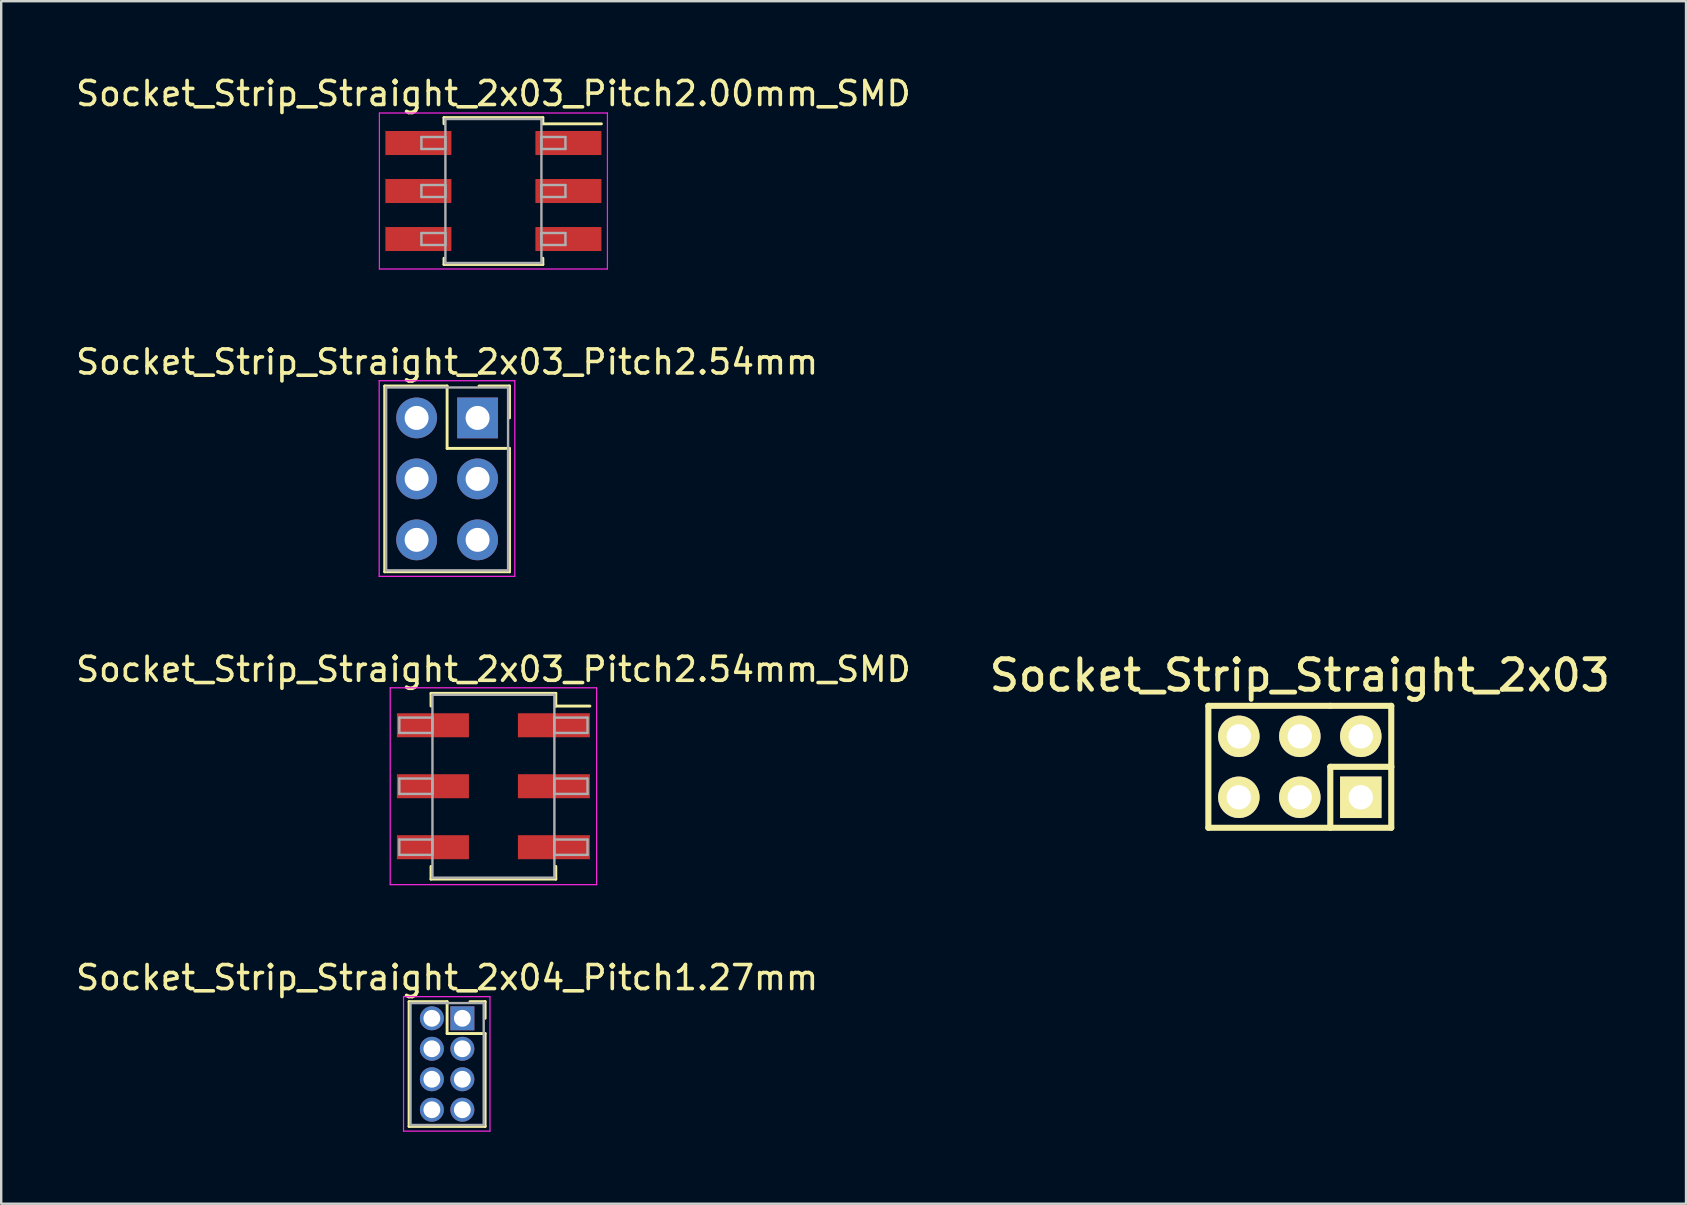
<source format=kicad_pcb>
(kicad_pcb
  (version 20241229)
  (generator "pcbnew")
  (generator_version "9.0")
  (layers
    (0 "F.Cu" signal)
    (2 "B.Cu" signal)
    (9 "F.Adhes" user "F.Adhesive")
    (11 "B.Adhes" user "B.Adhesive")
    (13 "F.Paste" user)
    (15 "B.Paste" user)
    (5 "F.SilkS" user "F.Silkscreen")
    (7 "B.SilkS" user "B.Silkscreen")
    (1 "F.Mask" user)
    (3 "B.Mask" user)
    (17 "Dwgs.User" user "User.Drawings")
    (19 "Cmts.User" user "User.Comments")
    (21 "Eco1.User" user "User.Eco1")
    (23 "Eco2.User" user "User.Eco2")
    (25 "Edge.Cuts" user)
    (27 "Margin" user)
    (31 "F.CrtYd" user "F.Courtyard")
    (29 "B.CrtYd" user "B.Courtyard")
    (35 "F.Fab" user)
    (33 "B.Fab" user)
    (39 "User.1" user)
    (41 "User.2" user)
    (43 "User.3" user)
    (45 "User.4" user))
  (footprint "Socket_Strip_Straight_2x03"
    (layer "F.Cu")
    (at 51.101 28.896)
    (property "Reference" "Socket_Strip_Straight_2x03" (at 0 -3.81 0) (layer "F.SilkS") (effects (font (size 1.27 1.27) (thickness 0.203))))
    (attr through_hole)
    (fp_line (start -3.81 -2.54) (end 1.27 -2.54) (stroke (width 0.254) (type solid)) (layer "F.SilkS"))
    (fp_line (start -3.81 2.54) (end -3.81 -2.54) (stroke (width 0.254) (type solid)) (layer "F.SilkS"))
    (fp_line (start 1.27 -2.54) (end 3.81 -2.54) (stroke (width 0.254) (type solid)) (layer "F.SilkS"))
    (fp_line (start 1.27 0) (end 1.27 2.54) (stroke (width 0.254) (type solid)) (layer "F.SilkS"))
    (fp_line (start 3.81 -2.54) (end 3.81 0) (stroke (width 0.254) (type solid)) (layer "F.SilkS"))
    (fp_line (start 3.81 0) (end 1.27 0) (stroke (width 0.254) (type solid)) (layer "F.SilkS"))
    (fp_line (start 3.81 2.54) (end -3.81 2.54) (stroke (width 0.254) (type solid)) (layer "F.SilkS"))
    (fp_line (start 3.81 2.54) (end 3.81 0) (stroke (width 0.254) (type solid)) (layer "F.SilkS"))
    (pad "1" thru_hole rect (at 2.54 1.27 180) (size 1.727 1.727) (drill 1.016) (layers "*.Cu" "*.Mask" "F.SilkS"))
    (pad "2" thru_hole oval (at 2.54 -1.27 180) (size 1.727 1.727) (drill 1.016) (layers "*.Cu" "*.Mask" "F.SilkS"))
    (pad "3" thru_hole oval (at 0 1.27 180) (size 1.727 1.727) (drill 1.016) (layers "*.Cu" "*.Mask" "F.SilkS"))
    (pad "4" thru_hole oval (at 0 -1.27 180) (size 1.727 1.727) (drill 1.016) (layers "*.Cu" "*.Mask" "F.SilkS"))
    (pad "5" thru_hole oval (at -2.54 1.27 180) (size 1.727 1.727) (drill 1.016) (layers "*.Cu" "*.Mask" "F.SilkS"))
    (pad "6" thru_hole oval (at -2.54 -1.27 180) (size 1.727 1.727) (drill 1.016) (layers "*.Cu" "*.Mask" "F.SilkS")))
  (footprint "Socket_Strip_Straight_2x04_Pitch1.27mm"
    (layer "F.Cu")
    (at 16.212 39.373)
    (property "Reference" "Socket_Strip_Straight_2x04_Pitch1.27mm" (at -0.635 -1.695 0) (layer "F.SilkS") (effects (font (size 1 1) (thickness 0.15))))
    (attr through_hole)
    (fp_line (start -2.22 -0.695) (end -0.635 -0.695) (stroke (width 0.12) (type solid)) (layer "F.SilkS"))
    (fp_line (start -2.22 4.505) (end -2.22 -0.695) (stroke (width 0.12) (type solid)) (layer "F.SilkS"))
    (fp_line (start -0.635 -0.695) (end -0.635 0.635) (stroke (width 0.12) (type solid)) (layer "F.SilkS"))
    (fp_line (start -0.635 0.635) (end 0.95 0.635) (stroke (width 0.12) (type solid)) (layer "F.SilkS"))
    (fp_line (start 0.95 -0.695) (end 0.315 -0.695) (stroke (width 0.12) (type solid)) (layer "F.SilkS"))
    (fp_line (start 0.95 0) (end 0.95 -0.695) (stroke (width 0.12) (type solid)) (layer "F.SilkS"))
    (fp_line (start 0.95 0.635) (end 0.95 4.505) (stroke (width 0.12) (type solid)) (layer "F.SilkS"))
    (fp_line (start 0.95 4.505) (end -2.22 4.505) (stroke (width 0.12) (type solid)) (layer "F.SilkS"))
    (fp_line (start -2.45 -0.9) (end -2.45 4.7) (stroke (width 0.05) (type solid)) (layer "F.CrtYd"))
    (fp_line (start -2.45 4.7) (end 1.15 4.7) (stroke (width 0.05) (type solid)) (layer "F.CrtYd"))
    (fp_line (start 1.15 -0.9) (end -2.45 -0.9) (stroke (width 0.05) (type solid)) (layer "F.CrtYd"))
    (fp_line (start 1.15 4.7) (end 1.15 -0.9) (stroke (width 0.05) (type solid)) (layer "F.CrtYd"))
    (fp_line (start -2.16 -0.635) (end -2.16 4.445) (stroke (width 0.1) (type solid)) (layer "F.Fab"))
    (fp_line (start -2.16 4.445) (end 0.89 4.445) (stroke (width 0.1) (type solid)) (layer "F.Fab"))
    (fp_line (start 0.89 -0.635) (end -2.16 -0.635) (stroke (width 0.1) (type solid)) (layer "F.Fab"))
    (fp_line (start 0.89 4.445) (end 0.89 -0.635) (stroke (width 0.1) (type solid)) (layer "F.Fab"))
    (pad "1" thru_hole rect (at 0 0) (size 1 1) (drill 0.7) (layers "*.Cu" "*.Mask"))
    (pad "2" thru_hole oval (at -1.27 0) (size 1 1) (drill 0.7) (layers "*.Cu" "*.Mask"))
    (pad "3" thru_hole oval (at 0 1.27) (size 1 1) (drill 0.7) (layers "*.Cu" "*.Mask"))
    (pad "4" thru_hole oval (at -1.27 1.27) (size 1 1) (drill 0.7) (layers "*.Cu" "*.Mask"))
    (pad "5" thru_hole oval (at 0 2.54) (size 1 1) (drill 0.7) (layers "*.Cu" "*.Mask"))
    (pad "6" thru_hole oval (at -1.27 2.54) (size 1 1) (drill 0.7) (layers "*.Cu" "*.Mask"))
    (pad "7" thru_hole oval (at 0 3.81) (size 1 1) (drill 0.7) (layers "*.Cu" "*.Mask"))
    (pad "8" thru_hole oval (at -1.27 3.81) (size 1 1) (drill 0.7) (layers "*.Cu" "*.Mask")))
  (footprint "Socket_Strip_Straight_2x03_Pitch2.00mm_SMD"
    (layer "F.Cu")
    (at 17.506 4.908)
    (property "Reference" "Socket_Strip_Straight_2x03_Pitch2.00mm_SMD" (at 0 -4.06 0) (layer "F.SilkS") (effects (font (size 1 1) (thickness 0.15))))
    (attr smd)
    (fp_line (start -2.06 -3.06) (end 2.06 -3.06) (stroke (width 0.12) (type solid)) (layer "F.SilkS"))
    (fp_line (start -2.06 -2.8) (end -2.06 -3.06) (stroke (width 0.12) (type solid)) (layer "F.SilkS"))
    (fp_line (start -2.06 2.8) (end -2.06 3.06) (stroke (width 0.12) (type solid)) (layer "F.SilkS"))
    (fp_line (start -2.06 3.06) (end 2.06 3.06) (stroke (width 0.12) (type solid)) (layer "F.SilkS"))
    (fp_line (start 2.06 -3.06) (end 2.06 -2.8) (stroke (width 0.12) (type solid)) (layer "F.SilkS"))
    (fp_line (start 2.06 3.06) (end 2.06 2.8) (stroke (width 0.12) (type solid)) (layer "F.SilkS"))
    (fp_line (start 4.5 -2.8) (end 2.06 -2.8) (stroke (width 0.12) (type solid)) (layer "F.SilkS"))
    (fp_line (start -4.75 -3.25) (end -4.75 3.25) (stroke (width 0.05) (type solid)) (layer "F.CrtYd"))
    (fp_line (start -4.75 3.25) (end 4.75 3.25) (stroke (width 0.05) (type solid)) (layer "F.CrtYd"))
    (fp_line (start 4.75 -3.25) (end -4.75 -3.25) (stroke (width 0.05) (type solid)) (layer "F.CrtYd"))
    (fp_line (start 4.75 3.25) (end 4.75 -3.25) (stroke (width 0.05) (type solid)) (layer "F.CrtYd"))
    (fp_line (start -3 -2.25) (end -2 -2.25) (stroke (width 0.1) (type solid)) (layer "F.Fab"))
    (fp_line (start -3 -1.75) (end -3 -2.25) (stroke (width 0.1) (type solid)) (layer "F.Fab"))
    (fp_line (start -3 -0.25) (end -2 -0.25) (stroke (width 0.1) (type solid)) (layer "F.Fab"))
    (fp_line (start -3 0.25) (end -3 -0.25) (stroke (width 0.1) (type solid)) (layer "F.Fab"))
    (fp_line (start -3 1.75) (end -2 1.75) (stroke (width 0.1) (type solid)) (layer "F.Fab"))
    (fp_line (start -3 2.25) (end -3 1.75) (stroke (width 0.1) (type solid)) (layer "F.Fab"))
    (fp_line (start -2 -3) (end -2 3) (stroke (width 0.1) (type solid)) (layer "F.Fab"))
    (fp_line (start -2 -2.25) (end -2 -1.75) (stroke (width 0.1) (type solid)) (layer "F.Fab"))
    (fp_line (start -2 -1.75) (end -3 -1.75) (stroke (width 0.1) (type solid)) (layer "F.Fab"))
    (fp_line (start -2 -0.25) (end -2 0.25) (stroke (width 0.1) (type solid)) (layer "F.Fab"))
    (fp_line (start -2 0.25) (end -3 0.25) (stroke (width 0.1) (type solid)) (layer "F.Fab"))
    (fp_line (start -2 1.75) (end -2 2.25) (stroke (width 0.1) (type solid)) (layer "F.Fab"))
    (fp_line (start -2 2.25) (end -3 2.25) (stroke (width 0.1) (type solid)) (layer "F.Fab"))
    (fp_line (start -2 3) (end 2 3) (stroke (width 0.1) (type solid)) (layer "F.Fab"))
    (fp_line (start 2 -3) (end -2 -3) (stroke (width 0.1) (type solid)) (layer "F.Fab"))
    (fp_line (start 2 -2.25) (end 2 -1.75) (stroke (width 0.1) (type solid)) (layer "F.Fab"))
    (fp_line (start 2 -1.75) (end 3 -1.75) (stroke (width 0.1) (type solid)) (layer "F.Fab"))
    (fp_line (start 2 -0.25) (end 2 0.25) (stroke (width 0.1) (type solid)) (layer "F.Fab"))
    (fp_line (start 2 0.25) (end 3 0.25) (stroke (width 0.1) (type solid)) (layer "F.Fab"))
    (fp_line (start 2 1.75) (end 2 2.25) (stroke (width 0.1) (type solid)) (layer "F.Fab"))
    (fp_line (start 2 2.25) (end 3 2.25) (stroke (width 0.1) (type solid)) (layer "F.Fab"))
    (fp_line (start 2 3) (end 2 -3) (stroke (width 0.1) (type solid)) (layer "F.Fab"))
    (fp_line (start 3 -2.25) (end 2 -2.25) (stroke (width 0.1) (type solid)) (layer "F.Fab"))
    (fp_line (start 3 -1.75) (end 3 -2.25) (stroke (width 0.1) (type solid)) (layer "F.Fab"))
    (fp_line (start 3 -0.25) (end 2 -0.25) (stroke (width 0.1) (type solid)) (layer "F.Fab"))
    (fp_line (start 3 0.25) (end 3 -0.25) (stroke (width 0.1) (type solid)) (layer "F.Fab"))
    (fp_line (start 3 1.75) (end 2 1.75) (stroke (width 0.1) (type solid)) (layer "F.Fab"))
    (fp_line (start 3 2.25) (end 3 1.75) (stroke (width 0.1) (type solid)) (layer "F.Fab"))
    (pad "1" smd rect (at 3.125 -2) (size 2.75 1) (layers "F.Cu" "F.Mask"))
    (pad "2" smd rect (at -3.125 -2) (size 2.75 1) (layers "F.Cu" "F.Mask"))
    (pad "3" smd rect (at 3.125 0) (size 2.75 1) (layers "F.Cu" "F.Mask"))
    (pad "4" smd rect (at -3.125 0) (size 2.75 1) (layers "F.Cu" "F.Mask"))
    (pad "5" smd rect (at 3.125 2) (size 2.75 1) (layers "F.Cu" "F.Mask"))
    (pad "6" smd rect (at -3.125 2) (size 2.75 1) (layers "F.Cu" "F.Mask")))
  (footprint "Socket_Strip_Straight_2x03_Pitch2.54mm_SMD"
    (layer "F.Cu")
    (at 17.506 29.705)
    (property "Reference" "Socket_Strip_Straight_2x03_Pitch2.54mm_SMD" (at 0 -4.87 0) (layer "F.SilkS") (effects (font (size 1 1) (thickness 0.15))))
    (attr smd)
    (fp_line (start -2.6 -3.87) (end 2.6 -3.87) (stroke (width 0.12) (type solid)) (layer "F.SilkS"))
    (fp_line (start -2.6 -3.34) (end -2.6 -3.87) (stroke (width 0.12) (type solid)) (layer "F.SilkS"))
    (fp_line (start -2.6 3.34) (end -2.6 3.87) (stroke (width 0.12) (type solid)) (layer "F.SilkS"))
    (fp_line (start -2.6 3.87) (end 2.6 3.87) (stroke (width 0.12) (type solid)) (layer "F.SilkS"))
    (fp_line (start 2.6 -3.87) (end 2.6 -3.34) (stroke (width 0.12) (type solid)) (layer "F.SilkS"))
    (fp_line (start 2.6 3.87) (end 2.6 3.34) (stroke (width 0.12) (type solid)) (layer "F.SilkS"))
    (fp_line (start 4.02 -3.34) (end 2.6 -3.34) (stroke (width 0.12) (type solid)) (layer "F.SilkS"))
    (fp_line (start -4.3 -4.1) (end -4.3 4.1) (stroke (width 0.05) (type solid)) (layer "F.CrtYd"))
    (fp_line (start -4.3 4.1) (end 4.3 4.1) (stroke (width 0.05) (type solid)) (layer "F.CrtYd"))
    (fp_line (start 4.3 -4.1) (end -4.3 -4.1) (stroke (width 0.05) (type solid)) (layer "F.CrtYd"))
    (fp_line (start 4.3 4.1) (end 4.3 -4.1) (stroke (width 0.05) (type solid)) (layer "F.CrtYd"))
    (fp_line (start -3.92 -2.86) (end -2.54 -2.86) (stroke (width 0.1) (type solid)) (layer "F.Fab"))
    (fp_line (start -3.92 -2.22) (end -3.92 -2.86) (stroke (width 0.1) (type solid)) (layer "F.Fab"))
    (fp_line (start -3.92 -0.32) (end -2.54 -0.32) (stroke (width 0.1) (type solid)) (layer "F.Fab"))
    (fp_line (start -3.92 0.32) (end -3.92 -0.32) (stroke (width 0.1) (type solid)) (layer "F.Fab"))
    (fp_line (start -3.92 2.22) (end -2.54 2.22) (stroke (width 0.1) (type solid)) (layer "F.Fab"))
    (fp_line (start -3.92 2.86) (end -3.92 2.22) (stroke (width 0.1) (type solid)) (layer "F.Fab"))
    (fp_line (start -2.54 -3.81) (end -2.54 3.81) (stroke (width 0.1) (type solid)) (layer "F.Fab"))
    (fp_line (start -2.54 -2.86) (end -2.54 -2.22) (stroke (width 0.1) (type solid)) (layer "F.Fab"))
    (fp_line (start -2.54 -2.22) (end -3.92 -2.22) (stroke (width 0.1) (type solid)) (layer "F.Fab"))
    (fp_line (start -2.54 -0.32) (end -2.54 0.32) (stroke (width 0.1) (type solid)) (layer "F.Fab"))
    (fp_line (start -2.54 0.32) (end -3.92 0.32) (stroke (width 0.1) (type solid)) (layer "F.Fab"))
    (fp_line (start -2.54 2.22) (end -2.54 2.86) (stroke (width 0.1) (type solid)) (layer "F.Fab"))
    (fp_line (start -2.54 2.86) (end -3.92 2.86) (stroke (width 0.1) (type solid)) (layer "F.Fab"))
    (fp_line (start -2.54 3.81) (end 2.54 3.81) (stroke (width 0.1) (type solid)) (layer "F.Fab"))
    (fp_line (start 2.54 -3.81) (end -2.54 -3.81) (stroke (width 0.1) (type solid)) (layer "F.Fab"))
    (fp_line (start 2.54 -2.86) (end 2.54 -2.22) (stroke (width 0.1) (type solid)) (layer "F.Fab"))
    (fp_line (start 2.54 -2.22) (end 3.92 -2.22) (stroke (width 0.1) (type solid)) (layer "F.Fab"))
    (fp_line (start 2.54 -0.32) (end 2.54 0.32) (stroke (width 0.1) (type solid)) (layer "F.Fab"))
    (fp_line (start 2.54 0.32) (end 3.92 0.32) (stroke (width 0.1) (type solid)) (layer "F.Fab"))
    (fp_line (start 2.54 2.22) (end 2.54 2.86) (stroke (width 0.1) (type solid)) (layer "F.Fab"))
    (fp_line (start 2.54 2.86) (end 3.92 2.86) (stroke (width 0.1) (type solid)) (layer "F.Fab"))
    (fp_line (start 2.54 3.81) (end 2.54 -3.81) (stroke (width 0.1) (type solid)) (layer "F.Fab"))
    (fp_line (start 3.92 -2.86) (end 2.54 -2.86) (stroke (width 0.1) (type solid)) (layer "F.Fab"))
    (fp_line (start 3.92 -2.22) (end 3.92 -2.86) (stroke (width 0.1) (type solid)) (layer "F.Fab"))
    (fp_line (start 3.92 -0.32) (end 2.54 -0.32) (stroke (width 0.1) (type solid)) (layer "F.Fab"))
    (fp_line (start 3.92 0.32) (end 3.92 -0.32) (stroke (width 0.1) (type solid)) (layer "F.Fab"))
    (fp_line (start 3.92 2.22) (end 2.54 2.22) (stroke (width 0.1) (type solid)) (layer "F.Fab"))
    (fp_line (start 3.92 2.86) (end 3.92 2.22) (stroke (width 0.1) (type solid)) (layer "F.Fab"))
    (pad "1" smd rect (at 2.52 -2.54) (size 3 1) (layers "F.Cu" "F.Mask"))
    (pad "2" smd rect (at -2.52 -2.54) (size 3 1) (layers "F.Cu" "F.Mask"))
    (pad "3" smd rect (at 2.52 0) (size 3 1) (layers "F.Cu" "F.Mask"))
    (pad "4" smd rect (at -2.52 0) (size 3 1) (layers "F.Cu" "F.Mask"))
    (pad "5" smd rect (at 2.52 2.54) (size 3 1) (layers "F.Cu" "F.Mask"))
    (pad "6" smd rect (at -2.52 2.54) (size 3 1) (layers "F.Cu" "F.Mask")))
  (footprint "Socket_Strip_Straight_2x03_Pitch2.54mm"
    (layer "F.Cu")
    (at 16.847 14.361)
    (property "Reference" "Socket_Strip_Straight_2x03_Pitch2.54mm" (at -1.27 -2.33 0) (layer "F.SilkS") (effects (font (size 1 1) (thickness 0.15))))
    (attr through_hole)
    (fp_line (start -3.87 -1.33) (end -1.27 -1.33) (stroke (width 0.12) (type solid)) (layer "F.SilkS"))
    (fp_line (start -3.87 6.41) (end -3.87 -1.33) (stroke (width 0.12) (type solid)) (layer "F.SilkS"))
    (fp_line (start -1.27 -1.33) (end -1.27 1.27) (stroke (width 0.12) (type solid)) (layer "F.SilkS"))
    (fp_line (start -1.27 1.27) (end 1.33 1.27) (stroke (width 0.12) (type solid)) (layer "F.SilkS"))
    (fp_line (start 1.33 -1.33) (end 0.06 -1.33) (stroke (width 0.12) (type solid)) (layer "F.SilkS"))
    (fp_line (start 1.33 0) (end 1.33 -1.33) (stroke (width 0.12) (type solid)) (layer "F.SilkS"))
    (fp_line (start 1.33 1.27) (end 1.33 6.41) (stroke (width 0.12) (type solid)) (layer "F.SilkS"))
    (fp_line (start 1.33 6.41) (end -3.87 6.41) (stroke (width 0.12) (type solid)) (layer "F.SilkS"))
    (fp_line (start -4.1 -1.55) (end -4.1 6.6) (stroke (width 0.05) (type solid)) (layer "F.CrtYd"))
    (fp_line (start -4.1 6.6) (end 1.55 6.6) (stroke (width 0.05) (type solid)) (layer "F.CrtYd"))
    (fp_line (start 1.55 -1.55) (end -4.1 -1.55) (stroke (width 0.05) (type solid)) (layer "F.CrtYd"))
    (fp_line (start 1.55 6.6) (end 1.55 -1.55) (stroke (width 0.05) (type solid)) (layer "F.CrtYd"))
    (fp_line (start -3.81 -1.27) (end -3.81 6.35) (stroke (width 0.1) (type solid)) (layer "F.Fab"))
    (fp_line (start -3.81 6.35) (end 1.27 6.35) (stroke (width 0.1) (type solid)) (layer "F.Fab"))
    (fp_line (start 1.27 -1.27) (end -3.81 -1.27) (stroke (width 0.1) (type solid)) (layer "F.Fab"))
    (fp_line (start 1.27 6.35) (end 1.27 -1.27) (stroke (width 0.1) (type solid)) (layer "F.Fab"))
    (pad "1" thru_hole rect (at 0 0) (size 1.7 1.7) (drill 1) (layers "*.Cu" "*.Mask"))
    (pad "2" thru_hole oval (at -2.54 0) (size 1.7 1.7) (drill 1) (layers "*.Cu" "*.Mask"))
    (pad "3" thru_hole oval (at 0 2.54) (size 1.7 1.7) (drill 1) (layers "*.Cu" "*.Mask"))
    (pad "4" thru_hole oval (at -2.54 2.54) (size 1.7 1.7) (drill 1) (layers "*.Cu" "*.Mask"))
    (pad "5" thru_hole oval (at 0 5.08) (size 1.7 1.7) (drill 1) (layers "*.Cu" "*.Mask"))
    (pad "6" thru_hole oval (at -2.54 5.08) (size 1.7 1.7) (drill 1) (layers "*.Cu" "*.Mask")))
  (gr_rect
    (start -3 -3)
    (end 67.191 47.098)
    (stroke (width 0.1) (type default))
    (fill no)
    (layer "Edge.Cuts")))
</source>
